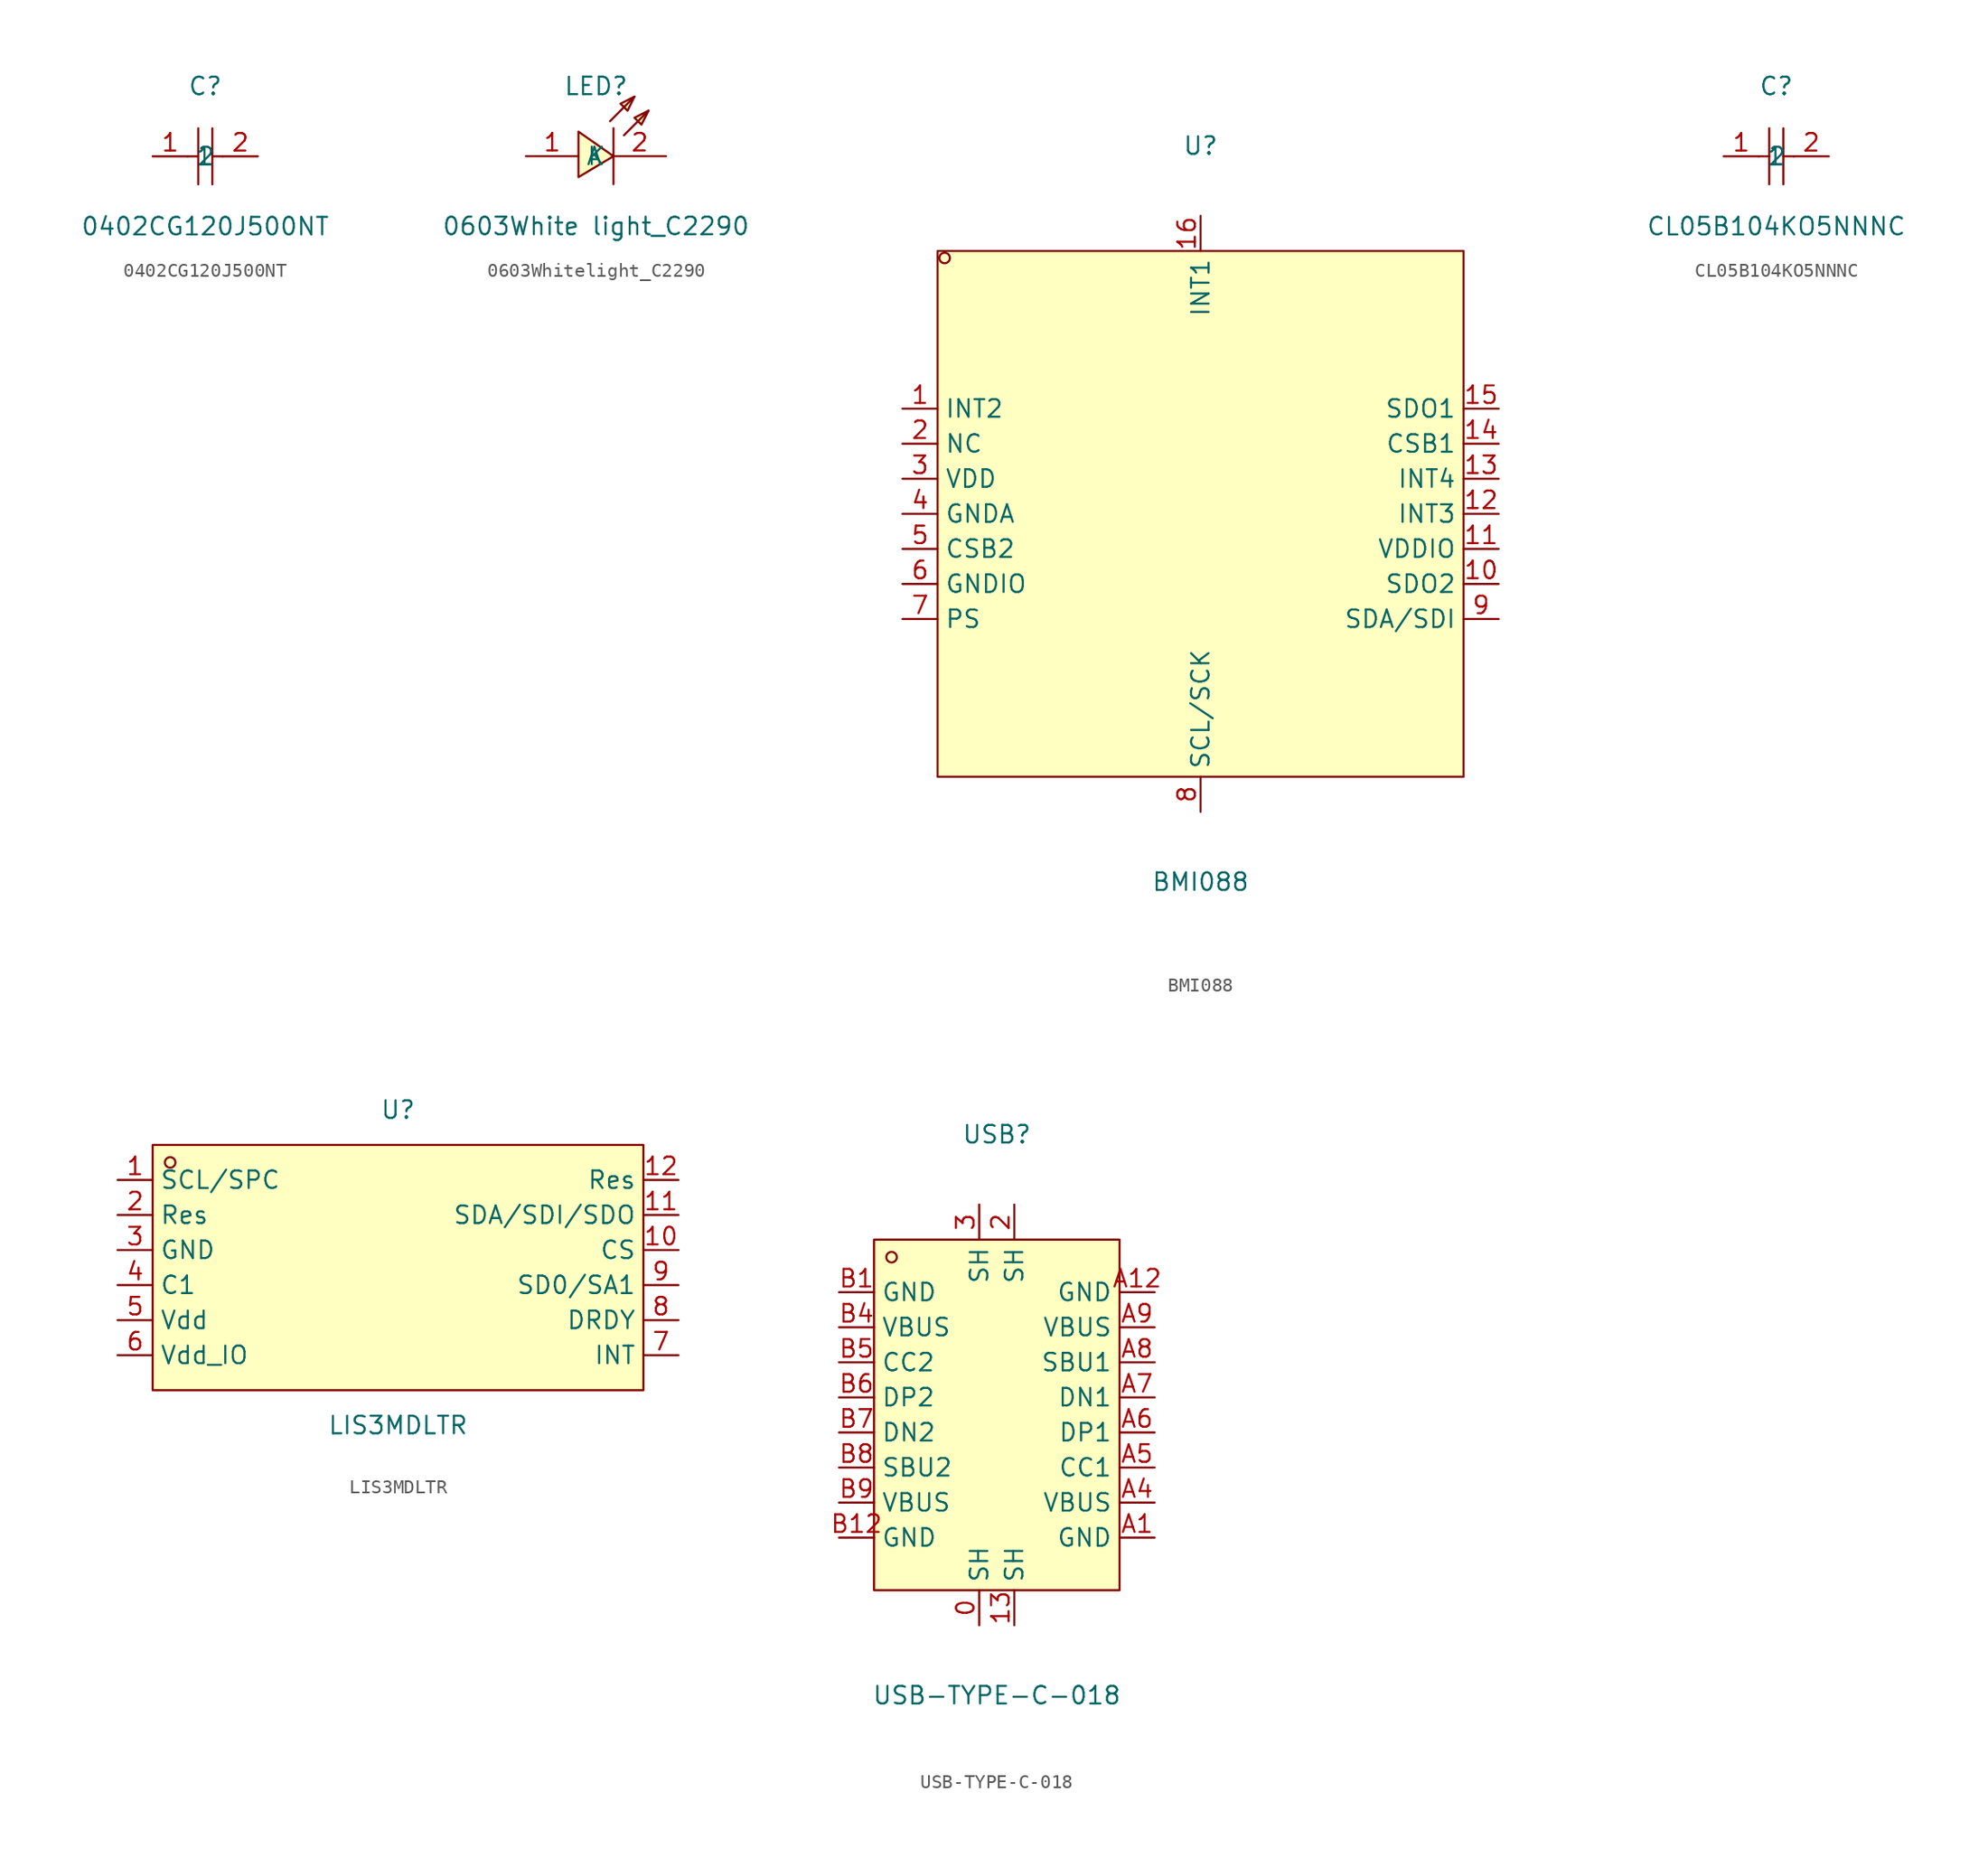
<source format=kicad_sym>
(kicad_symbol_lib
  (version 20220914)
  (generator https://github.com/uPesy/easyeda2kicad.py)
  (symbol "0402CG120J500NT"
    (property "Reference" "C"
      (at 0 5.08 0)
      (effects (font (size 1.27 1.27))))
    (property "Value" "0402CG120J500NT"
      (at 0 -5.08 0)
      (effects (font (size 1.27 1.27))))
    (symbol "0402CG120J500NT_0_1"
      (polyline (pts (xy -0.51 2.03) (xy -0.51 -2.03)) (stroke (width 0) (type default) (color 0 0 0 0)) (fill (type none)))
      (polyline (pts (xy 0.51 2.03) (xy 0.51 -2.03)) (stroke (width 0) (type default) (color 0 0 0 0)) (fill (type none)))
      (polyline (pts (xy -1.27 -0.00) (xy -0.51 -0.00)) (stroke (width 0) (type default) (color 0 0 0 0)) (fill (type none)))
      (polyline (pts (xy 0.51 -0.00) (xy 1.27 -0.00)) (stroke (width 0) (type default) (color 0 0 0 0)) (fill (type none)))
      (pin input line (at -3.81 -0.00 0) (length 2.54) (name "1" (effects (font (size 1.27 1.27)))) (number "1" (effects (font (size 1.27 1.27)))))
      (pin input line (at 3.81 -0.00 180) (length 2.54) (name "2" (effects (font (size 1.27 1.27)))) (number "2" (effects (font (size 1.27 1.27)))))))
  (symbol "0603Whitelight_C2290"
    (property "Reference" "LED"
      (at 0 3.81 0)
      (effects (font (size 1.27 1.27))))
    (property "Value" "0603White light_C2290"
      (at 0 -6.35 0)
      (effects (font (size 1.27 1.27))))
    (symbol "0603Whitelight_C2290_0_1"
      (polyline (pts (xy 3.81 2.03) (xy 2.79 1.52) (xy 3.30 1.02) (xy 3.81 2.03)) (stroke (width 0) (type default) (color 0 0 0 0)) (fill (type background)))
      (polyline (pts (xy 2.79 3.05) (xy 1.78 2.54) (xy 2.29 2.03) (xy 2.79 3.05)) (stroke (width 0) (type default) (color 0 0 0 0)) (fill (type background)))
      (polyline (pts (xy -1.27 -2.79) (xy 1.27 -1.27) (xy -1.27 0.51) (xy -1.27 -2.79)) (stroke (width 0) (type default) (color 0 0 0 0)) (fill (type background)))
      (polyline (pts (xy 2.03 0.25) (xy 3.81 2.03)) (stroke (width 0) (type default) (color 0 0 0 0)) (fill (type none)))
      (polyline (pts (xy 1.02 1.27) (xy 2.79 3.05)) (stroke (width 0) (type default) (color 0 0 0 0)) (fill (type none)))
      (polyline (pts (xy 1.27 0.76) (xy 1.27 -3.30)) (stroke (width 0) (type default) (color 0 0 0 0)) (fill (type none)))
      (pin unspecified line (at 5.08 -1.27 180) (length 3.81) (name "K" (effects (font (size 1.27 1.27)))) (number "2" (effects (font (size 1.27 1.27)))))
      (pin unspecified line (at -5.08 -1.27 0) (length 3.81) (name "A" (effects (font (size 1.27 1.27)))) (number "1" (effects (font (size 1.27 1.27)))))))
  (symbol "BMI088"
    (property "Reference" "U"
      (at 0 26.67 0)
      (effects (font (size 1.27 1.27))))
    (property "Value" "BMI088"
      (at 0 -26.67 0)
      (effects (font (size 1.27 1.27))))
    (symbol "BMI088_0_1"
      (rectangle (start -19.05 19.05) (end 19.05 -19.05) (stroke (width 0) (type default) (color 0 0 0 0)) (fill (type background)))
      (circle (center -18.54 18.54) (radius 0.38) (stroke (width 0) (type default) (color 0 0 0 0)) (fill (type none)))
      (pin unspecified line (at -21.59 7.62 0) (length 2.54) (name "INT2" (effects (font (size 1.27 1.27)))) (number "1" (effects (font (size 1.27 1.27)))))
      (pin unspecified line (at -21.59 5.08 0) (length 2.54) (name "NC" (effects (font (size 1.27 1.27)))) (number "2" (effects (font (size 1.27 1.27)))))
      (pin unspecified line (at -21.59 2.54 0) (length 2.54) (name "VDD" (effects (font (size 1.27 1.27)))) (number "3" (effects (font (size 1.27 1.27)))))
      (pin unspecified line (at -21.59 -0.00 0) (length 2.54) (name "GNDA" (effects (font (size 1.27 1.27)))) (number "4" (effects (font (size 1.27 1.27)))))
      (pin unspecified line (at -21.59 -2.54 0) (length 2.54) (name "CSB2" (effects (font (size 1.27 1.27)))) (number "5" (effects (font (size 1.27 1.27)))))
      (pin unspecified line (at -21.59 -5.08 0) (length 2.54) (name "GNDIO" (effects (font (size 1.27 1.27)))) (number "6" (effects (font (size 1.27 1.27)))))
      (pin unspecified line (at -21.59 -7.62 0) (length 2.54) (name "PS" (effects (font (size 1.27 1.27)))) (number "7" (effects (font (size 1.27 1.27)))))
      (pin unspecified line (at 0.00 -21.59 90) (length 2.54) (name "SCL/SCK" (effects (font (size 1.27 1.27)))) (number "8" (effects (font (size 1.27 1.27)))))
      (pin unspecified line (at 21.59 -7.62 180) (length 2.54) (name "SDA/SDI" (effects (font (size 1.27 1.27)))) (number "9" (effects (font (size 1.27 1.27)))))
      (pin unspecified line (at 21.59 -5.08 180) (length 2.54) (name "SDO2" (effects (font (size 1.27 1.27)))) (number "10" (effects (font (size 1.27 1.27)))))
      (pin unspecified line (at 21.59 -2.54 180) (length 2.54) (name "VDDIO" (effects (font (size 1.27 1.27)))) (number "11" (effects (font (size 1.27 1.27)))))
      (pin unspecified line (at 21.59 -0.00 180) (length 2.54) (name "INT3" (effects (font (size 1.27 1.27)))) (number "12" (effects (font (size 1.27 1.27)))))
      (pin unspecified line (at 21.59 2.54 180) (length 2.54) (name "INT4" (effects (font (size 1.27 1.27)))) (number "13" (effects (font (size 1.27 1.27)))))
      (pin unspecified line (at 21.59 5.08 180) (length 2.54) (name "CSB1" (effects (font (size 1.27 1.27)))) (number "14" (effects (font (size 1.27 1.27)))))
      (pin unspecified line (at 21.59 7.62 180) (length 2.54) (name "SDO1" (effects (font (size 1.27 1.27)))) (number "15" (effects (font (size 1.27 1.27)))))
      (pin unspecified line (at 0.00 21.59 270) (length 2.54) (name "INT1" (effects (font (size 1.27 1.27)))) (number "16" (effects (font (size 1.27 1.27)))))))
  (symbol "CL05B104KO5NNNC"
    (property "Reference" "C"
      (at 0 5.08 0)
      (effects (font (size 1.27 1.27))))
    (property "Value" "CL05B104KO5NNNC"
      (at 0 -5.08 0)
      (effects (font (size 1.27 1.27))))
    (symbol "CL05B104KO5NNNC_0_1"
      (polyline (pts (xy -0.51 2.03) (xy -0.51 -2.03)) (stroke (width 0) (type default) (color 0 0 0 0)) (fill (type none)))
      (polyline (pts (xy 0.51 2.03) (xy 0.51 -2.03)) (stroke (width 0) (type default) (color 0 0 0 0)) (fill (type none)))
      (polyline (pts (xy -1.27 -0.00) (xy -0.51 -0.00)) (stroke (width 0) (type default) (color 0 0 0 0)) (fill (type none)))
      (polyline (pts (xy 0.51 -0.00) (xy 1.27 -0.00)) (stroke (width 0) (type default) (color 0 0 0 0)) (fill (type none)))
      (pin input line (at -3.81 -0.00 0) (length 2.54) (name "1" (effects (font (size 1.27 1.27)))) (number "1" (effects (font (size 1.27 1.27)))))
      (pin input line (at 3.81 -0.00 180) (length 2.54) (name "2" (effects (font (size 1.27 1.27)))) (number "2" (effects (font (size 1.27 1.27)))))))
  (symbol "LIS3MDLTR"
    (property "Reference" "U"
      (at 0 11.43 0)
      (effects (font (size 1.27 1.27))))
    (property "Value" "LIS3MDLTR"
      (at 0 -11.43 0)
      (effects (font (size 1.27 1.27))))
    (symbol "LIS3MDLTR_0_1"
      (rectangle (start -17.78 8.89) (end 17.78 -8.89) (stroke (width 0) (type default) (color 0 0 0 0)) (fill (type background)))
      (circle (center -16.51 7.62) (radius 0.38) (stroke (width 0) (type default) (color 0 0 0 0)) (fill (type none)))
      (pin unspecified line (at -20.32 6.35 0) (length 2.54) (name "SCL/SPC" (effects (font (size 1.27 1.27)))) (number "1" (effects (font (size 1.27 1.27)))))
      (pin unspecified line (at -20.32 3.81 0) (length 2.54) (name "Res" (effects (font (size 1.27 1.27)))) (number "2" (effects (font (size 1.27 1.27)))))
      (pin unspecified line (at -20.32 1.27 0) (length 2.54) (name "GND" (effects (font (size 1.27 1.27)))) (number "3" (effects (font (size 1.27 1.27)))))
      (pin unspecified line (at -20.32 -1.27 0) (length 2.54) (name "C1" (effects (font (size 1.27 1.27)))) (number "4" (effects (font (size 1.27 1.27)))))
      (pin unspecified line (at -20.32 -3.81 0) (length 2.54) (name "Vdd" (effects (font (size 1.27 1.27)))) (number "5" (effects (font (size 1.27 1.27)))))
      (pin unspecified line (at -20.32 -6.35 0) (length 2.54) (name "Vdd_IO" (effects (font (size 1.27 1.27)))) (number "6" (effects (font (size 1.27 1.27)))))
      (pin unspecified line (at 20.32 -6.35 180) (length 2.54) (name "INT" (effects (font (size 1.27 1.27)))) (number "7" (effects (font (size 1.27 1.27)))))
      (pin unspecified line (at 20.32 -3.81 180) (length 2.54) (name "DRDY" (effects (font (size 1.27 1.27)))) (number "8" (effects (font (size 1.27 1.27)))))
      (pin unspecified line (at 20.32 -1.27 180) (length 2.54) (name "SD0/SA1" (effects (font (size 1.27 1.27)))) (number "9" (effects (font (size 1.27 1.27)))))
      (pin unspecified line (at 20.32 1.27 180) (length 2.54) (name "CS" (effects (font (size 1.27 1.27)))) (number "10" (effects (font (size 1.27 1.27)))))
      (pin unspecified line (at 20.32 3.81 180) (length 2.54) (name "SDA/SDI/SDO" (effects (font (size 1.27 1.27)))) (number "11" (effects (font (size 1.27 1.27)))))
      (pin unspecified line (at 20.32 6.35 180) (length 2.54) (name "Res" (effects (font (size 1.27 1.27)))) (number "12" (effects (font (size 1.27 1.27)))))))
  (symbol "USB-TYPE-C-018"
    (property "Reference" "USB"
      (at 0 20.32 0)
      (effects (font (size 1.27 1.27))))
    (property "Value" "USB-TYPE-C-018"
      (at 0 -20.32 0)
      (effects (font (size 1.27 1.27))))
    (symbol "USB-TYPE-C-018_0_1"
      (rectangle (start -8.89 12.70) (end 8.89 -12.70) (stroke (width 0) (type default) (color 0 0 0 0)) (fill (type background)))
      (circle (center -7.62 11.43) (radius 0.38) (stroke (width 0) (type default) (color 0 0 0 0)) (fill (type none)))
      (pin unspecified line (at -11.43 8.89 0) (length 2.54) (name "GND" (effects (font (size 1.27 1.27)))) (number "B1" (effects (font (size 1.27 1.27)))))
      (pin unspecified line (at -11.43 6.35 0) (length 2.54) (name "VBUS" (effects (font (size 1.27 1.27)))) (number "B4" (effects (font (size 1.27 1.27)))))
      (pin unspecified line (at -11.43 3.81 0) (length 2.54) (name "CC2" (effects (font (size 1.27 1.27)))) (number "B5" (effects (font (size 1.27 1.27)))))
      (pin unspecified line (at -11.43 1.27 0) (length 2.54) (name "DP2" (effects (font (size 1.27 1.27)))) (number "B6" (effects (font (size 1.27 1.27)))))
      (pin unspecified line (at -11.43 -1.27 0) (length 2.54) (name "DN2" (effects (font (size 1.27 1.27)))) (number "B7" (effects (font (size 1.27 1.27)))))
      (pin unspecified line (at -11.43 -3.81 0) (length 2.54) (name "SBU2" (effects (font (size 1.27 1.27)))) (number "B8" (effects (font (size 1.27 1.27)))))
      (pin unspecified line (at -11.43 -6.35 0) (length 2.54) (name "VBUS" (effects (font (size 1.27 1.27)))) (number "B9" (effects (font (size 1.27 1.27)))))
      (pin unspecified line (at -11.43 -8.89 0) (length 2.54) (name "GND" (effects (font (size 1.27 1.27)))) (number "B12" (effects (font (size 1.27 1.27)))))
      (pin unspecified line (at 11.43 -8.89 180) (length 2.54) (name "GND" (effects (font (size 1.27 1.27)))) (number "A1" (effects (font (size 1.27 1.27)))))
      (pin unspecified line (at 11.43 -6.35 180) (length 2.54) (name "VBUS" (effects (font (size 1.27 1.27)))) (number "A4" (effects (font (size 1.27 1.27)))))
      (pin unspecified line (at 11.43 -3.81 180) (length 2.54) (name "CC1" (effects (font (size 1.27 1.27)))) (number "A5" (effects (font (size 1.27 1.27)))))
      (pin unspecified line (at 11.43 -1.27 180) (length 2.54) (name "DP1" (effects (font (size 1.27 1.27)))) (number "A6" (effects (font (size 1.27 1.27)))))
      (pin unspecified line (at 11.43 1.27 180) (length 2.54) (name "DN1" (effects (font (size 1.27 1.27)))) (number "A7" (effects (font (size 1.27 1.27)))))
      (pin unspecified line (at 11.43 3.81 180) (length 2.54) (name "SBU1" (effects (font (size 1.27 1.27)))) (number "A8" (effects (font (size 1.27 1.27)))))
      (pin unspecified line (at 11.43 6.35 180) (length 2.54) (name "VBUS" (effects (font (size 1.27 1.27)))) (number "A9" (effects (font (size 1.27 1.27)))))
      (pin unspecified line (at 11.43 8.89 180) (length 2.54) (name "GND" (effects (font (size 1.27 1.27)))) (number "A12" (effects (font (size 1.27 1.27)))))
      (pin unspecified line (at 1.27 -15.24 90) (length 2.54) (name "SH" (effects (font (size 1.27 1.27)))) (number "13" (effects (font (size 1.27 1.27)))))
      (pin unspecified line (at 1.27 15.24 270) (length 2.54) (name "SH" (effects (font (size 1.27 1.27)))) (number "2" (effects (font (size 1.27 1.27)))))
      (pin unspecified line (at -1.27 15.24 270) (length 2.54) (name "SH" (effects (font (size 1.27 1.27)))) (number "3" (effects (font (size 1.27 1.27)))))
      (pin unspecified line (at -1.27 -15.24 90) (length 2.54) (name "SH" (effects (font (size 1.27 1.27)))) (number "0" (effects (font (size 1.27 1.27))))))))
</source>
